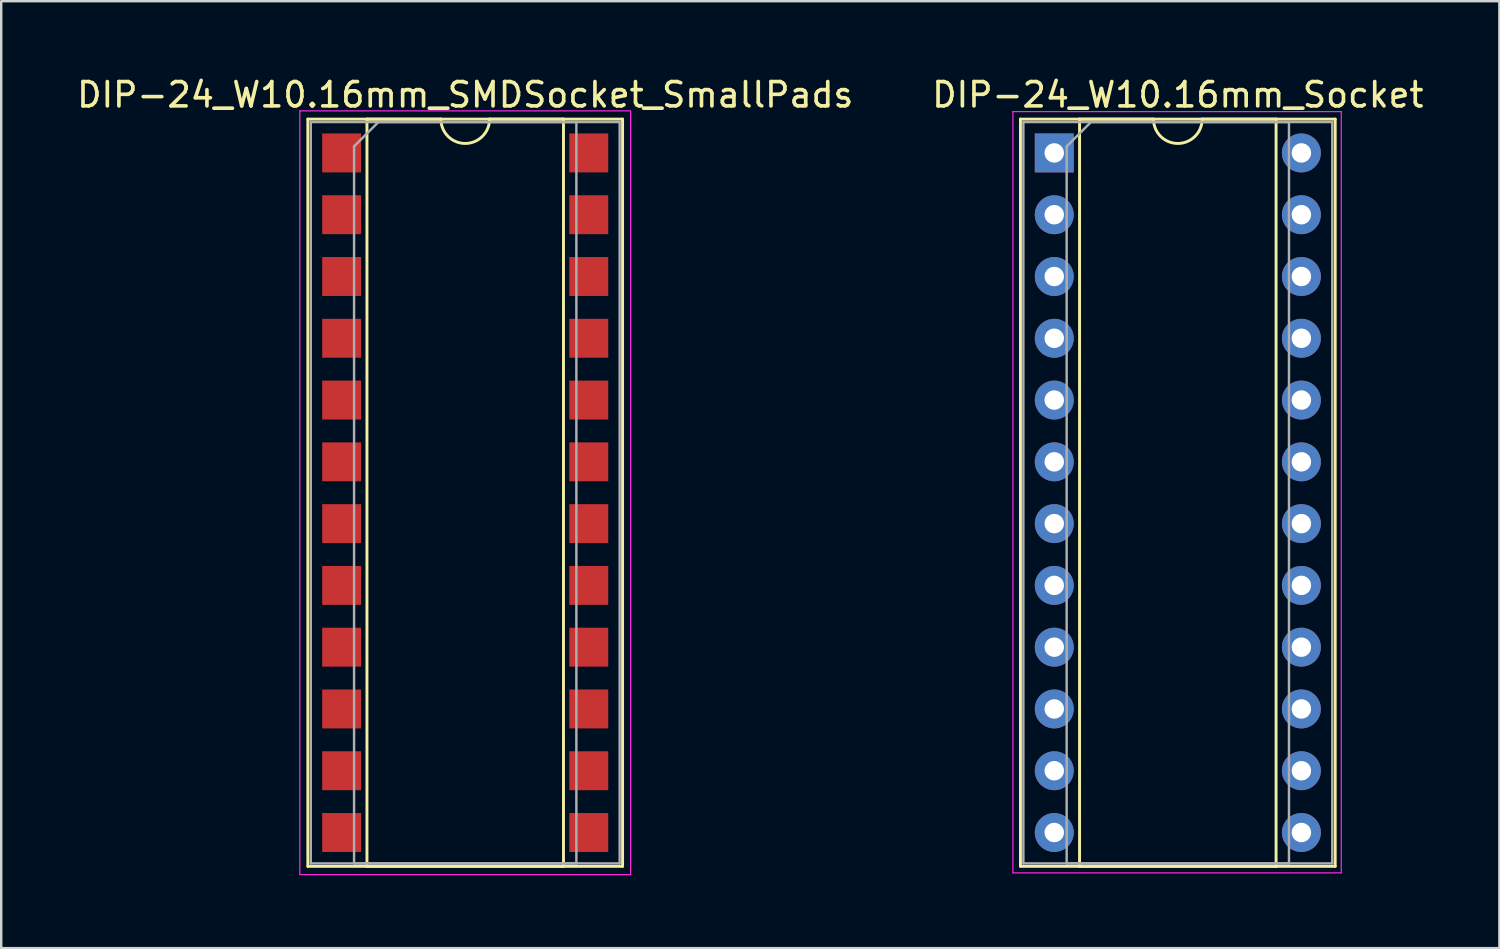
<source format=kicad_pcb>
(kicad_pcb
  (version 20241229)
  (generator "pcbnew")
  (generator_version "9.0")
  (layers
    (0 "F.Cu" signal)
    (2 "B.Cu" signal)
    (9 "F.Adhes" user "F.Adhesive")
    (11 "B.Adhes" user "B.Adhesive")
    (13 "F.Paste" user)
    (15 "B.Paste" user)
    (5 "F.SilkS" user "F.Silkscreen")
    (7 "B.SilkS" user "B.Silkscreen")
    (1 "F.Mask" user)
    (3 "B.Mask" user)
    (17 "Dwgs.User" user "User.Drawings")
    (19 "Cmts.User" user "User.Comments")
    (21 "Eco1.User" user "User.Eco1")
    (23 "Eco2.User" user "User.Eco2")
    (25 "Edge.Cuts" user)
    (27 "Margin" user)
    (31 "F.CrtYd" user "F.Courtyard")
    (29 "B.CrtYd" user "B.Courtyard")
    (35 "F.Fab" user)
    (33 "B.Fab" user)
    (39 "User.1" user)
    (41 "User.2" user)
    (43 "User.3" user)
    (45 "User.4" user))
  (footprint "DIP-24_W10.16mm_Socket"
    (layer "F.Cu")
    (at 40.295 3.238)
    (property "Reference" "DIP-24_W10.16mm_Socket" (at 5.08 -2.39 0) (layer "F.SilkS") (effects (font (size 1 1) (thickness 0.15))))
    (attr through_hole)
    (fp_line (start -1.39 -1.39) (end -1.39 29.33) (stroke (width 0.12) (type solid)) (layer "F.SilkS"))
    (fp_line (start -1.39 29.33) (end 11.55 29.33) (stroke (width 0.12) (type solid)) (layer "F.SilkS"))
    (fp_line (start 1.04 -1.39) (end 1.04 29.33) (stroke (width 0.12) (type solid)) (layer "F.SilkS"))
    (fp_line (start 1.04 29.33) (end 9.12 29.33) (stroke (width 0.12) (type solid)) (layer "F.SilkS"))
    (fp_line (start 4.08 -1.39) (end 1.04 -1.39) (stroke (width 0.12) (type solid)) (layer "F.SilkS"))
    (fp_line (start 9.12 -1.39) (end 6.08 -1.39) (stroke (width 0.12) (type solid)) (layer "F.SilkS"))
    (fp_line (start 9.12 29.33) (end 9.12 -1.39) (stroke (width 0.12) (type solid)) (layer "F.SilkS"))
    (fp_line (start 11.55 -1.39) (end -1.39 -1.39) (stroke (width 0.12) (type solid)) (layer "F.SilkS"))
    (fp_line (start 11.55 29.33) (end 11.55 -1.39) (stroke (width 0.12) (type solid)) (layer "F.SilkS"))
    (fp_arc (start 6.08 -1.39) (mid 5.08 -0.39) (end 4.08 -1.39) (stroke (width 0.12) (type solid)) (layer "F.SilkS"))
    (fp_line (start -1.7 -1.7) (end -1.7 29.6) (stroke (width 0.05) (type solid)) (layer "F.CrtYd"))
    (fp_line (start -1.7 29.6) (end 11.8 29.6) (stroke (width 0.05) (type solid)) (layer "F.CrtYd"))
    (fp_line (start 11.8 -1.7) (end -1.7 -1.7) (stroke (width 0.05) (type solid)) (layer "F.CrtYd"))
    (fp_line (start 11.8 29.6) (end 11.8 -1.7) (stroke (width 0.05) (type solid)) (layer "F.CrtYd"))
    (fp_line (start -1.27 -1.27) (end -1.27 29.21) (stroke (width 0.1) (type solid)) (layer "F.Fab"))
    (fp_line (start -1.27 29.21) (end 11.43 29.21) (stroke (width 0.1) (type solid)) (layer "F.Fab"))
    (fp_line (start 0.51 -0.27) (end 1.51 -1.27) (stroke (width 0.1) (type solid)) (layer "F.Fab"))
    (fp_line (start 0.51 29.21) (end 0.51 -0.27) (stroke (width 0.1) (type solid)) (layer "F.Fab"))
    (fp_line (start 1.51 -1.27) (end 9.65 -1.27) (stroke (width 0.1) (type solid)) (layer "F.Fab"))
    (fp_line (start 9.65 -1.27) (end 9.65 29.21) (stroke (width 0.1) (type solid)) (layer "F.Fab"))
    (fp_line (start 9.65 29.21) (end 0.51 29.21) (stroke (width 0.1) (type solid)) (layer "F.Fab"))
    (fp_line (start 11.43 -1.27) (end -1.27 -1.27) (stroke (width 0.1) (type solid)) (layer "F.Fab"))
    (fp_line (start 11.43 29.21) (end 11.43 -1.27) (stroke (width 0.1) (type solid)) (layer "F.Fab"))
    (pad "1" thru_hole rect (at 0 0) (size 1.6 1.6) (drill 0.8) (layers "*.Cu" "*.Mask"))
    (pad "2" thru_hole oval (at 0 2.54) (size 1.6 1.6) (drill 0.8) (layers "*.Cu" "*.Mask"))
    (pad "3" thru_hole oval (at 0 5.08) (size 1.6 1.6) (drill 0.8) (layers "*.Cu" "*.Mask"))
    (pad "4" thru_hole oval (at 0 7.62) (size 1.6 1.6) (drill 0.8) (layers "*.Cu" "*.Mask"))
    (pad "5" thru_hole oval (at 0 10.16) (size 1.6 1.6) (drill 0.8) (layers "*.Cu" "*.Mask"))
    (pad "6" thru_hole oval (at 0 12.7) (size 1.6 1.6) (drill 0.8) (layers "*.Cu" "*.Mask"))
    (pad "7" thru_hole oval (at 0 15.24) (size 1.6 1.6) (drill 0.8) (layers "*.Cu" "*.Mask"))
    (pad "8" thru_hole oval (at 0 17.78) (size 1.6 1.6) (drill 0.8) (layers "*.Cu" "*.Mask"))
    (pad "9" thru_hole oval (at 0 20.32) (size 1.6 1.6) (drill 0.8) (layers "*.Cu" "*.Mask"))
    (pad "10" thru_hole oval (at 0 22.86) (size 1.6 1.6) (drill 0.8) (layers "*.Cu" "*.Mask"))
    (pad "11" thru_hole oval (at 0 25.4) (size 1.6 1.6) (drill 0.8) (layers "*.Cu" "*.Mask"))
    (pad "12" thru_hole oval (at 0 27.94) (size 1.6 1.6) (drill 0.8) (layers "*.Cu" "*.Mask"))
    (pad "13" thru_hole oval (at 10.16 27.94) (size 1.6 1.6) (drill 0.8) (layers "*.Cu" "*.Mask"))
    (pad "14" thru_hole oval (at 10.16 25.4) (size 1.6 1.6) (drill 0.8) (layers "*.Cu" "*.Mask"))
    (pad "15" thru_hole oval (at 10.16 22.86) (size 1.6 1.6) (drill 0.8) (layers "*.Cu" "*.Mask"))
    (pad "16" thru_hole oval (at 10.16 20.32) (size 1.6 1.6) (drill 0.8) (layers "*.Cu" "*.Mask"))
    (pad "17" thru_hole oval (at 10.16 17.78) (size 1.6 1.6) (drill 0.8) (layers "*.Cu" "*.Mask"))
    (pad "18" thru_hole oval (at 10.16 15.24) (size 1.6 1.6) (drill 0.8) (layers "*.Cu" "*.Mask"))
    (pad "19" thru_hole oval (at 10.16 12.7) (size 1.6 1.6) (drill 0.8) (layers "*.Cu" "*.Mask"))
    (pad "20" thru_hole oval (at 10.16 10.16) (size 1.6 1.6) (drill 0.8) (layers "*.Cu" "*.Mask"))
    (pad "21" thru_hole oval (at 10.16 7.62) (size 1.6 1.6) (drill 0.8) (layers "*.Cu" "*.Mask"))
    (pad "22" thru_hole oval (at 10.16 5.08) (size 1.6 1.6) (drill 0.8) (layers "*.Cu" "*.Mask"))
    (pad "23" thru_hole oval (at 10.16 2.54) (size 1.6 1.6) (drill 0.8) (layers "*.Cu" "*.Mask"))
    (pad "24" thru_hole oval (at 10.16 0) (size 1.6 1.6) (drill 0.8) (layers "*.Cu" "*.Mask")))
  (footprint "DIP-24_W10.16mm_SMDSocket_SmallPads"
    (layer "F.Cu")
    (at 16.077 17.208)
    (property "Reference" "DIP-24_W10.16mm_SMDSocket_SmallPads" (at 0 -16.36 0) (layer "F.SilkS") (effects (font (size 1 1) (thickness 0.15))))
    (attr smd)
    (fp_line (start -6.47 -15.36) (end -6.47 15.36) (stroke (width 0.12) (type solid)) (layer "F.SilkS"))
    (fp_line (start -6.47 15.36) (end 6.47 15.36) (stroke (width 0.12) (type solid)) (layer "F.SilkS"))
    (fp_line (start -4.04 -15.36) (end -4.04 15.36) (stroke (width 0.12) (type solid)) (layer "F.SilkS"))
    (fp_line (start -4.04 15.36) (end 4.04 15.36) (stroke (width 0.12) (type solid)) (layer "F.SilkS"))
    (fp_line (start -1 -15.36) (end -4.04 -15.36) (stroke (width 0.12) (type solid)) (layer "F.SilkS"))
    (fp_line (start 4.04 -15.36) (end 1 -15.36) (stroke (width 0.12) (type solid)) (layer "F.SilkS"))
    (fp_line (start 4.04 15.36) (end 4.04 -15.36) (stroke (width 0.12) (type solid)) (layer "F.SilkS"))
    (fp_line (start 6.47 -15.36) (end -6.47 -15.36) (stroke (width 0.12) (type solid)) (layer "F.SilkS"))
    (fp_line (start 6.47 15.36) (end 6.47 -15.36) (stroke (width 0.12) (type solid)) (layer "F.SilkS"))
    (fp_arc (start 1 -15.36) (mid 0 -14.36) (end -1 -15.36) (stroke (width 0.12) (type solid)) (layer "F.SilkS"))
    (fp_line (start -6.8 -15.7) (end -6.8 15.7) (stroke (width 0.05) (type solid)) (layer "F.CrtYd"))
    (fp_line (start -6.8 15.7) (end 6.8 15.7) (stroke (width 0.05) (type solid)) (layer "F.CrtYd"))
    (fp_line (start 6.8 -15.7) (end -6.8 -15.7) (stroke (width 0.05) (type solid)) (layer "F.CrtYd"))
    (fp_line (start 6.8 15.7) (end 6.8 -15.7) (stroke (width 0.05) (type solid)) (layer "F.CrtYd"))
    (fp_line (start -6.35 -15.24) (end -6.35 15.24) (stroke (width 0.1) (type solid)) (layer "F.Fab"))
    (fp_line (start -6.35 15.24) (end 6.35 15.24) (stroke (width 0.1) (type solid)) (layer "F.Fab"))
    (fp_line (start -4.57 -14.24) (end -3.57 -15.24) (stroke (width 0.1) (type solid)) (layer "F.Fab"))
    (fp_line (start -4.57 15.24) (end -4.57 -14.24) (stroke (width 0.1) (type solid)) (layer "F.Fab"))
    (fp_line (start -3.57 -15.24) (end 4.57 -15.24) (stroke (width 0.1) (type solid)) (layer "F.Fab"))
    (fp_line (start 4.57 -15.24) (end 4.57 15.24) (stroke (width 0.1) (type solid)) (layer "F.Fab"))
    (fp_line (start 4.57 15.24) (end -4.57 15.24) (stroke (width 0.1) (type solid)) (layer "F.Fab"))
    (fp_line (start 6.35 -15.24) (end -6.35 -15.24) (stroke (width 0.1) (type solid)) (layer "F.Fab"))
    (fp_line (start 6.35 15.24) (end 6.35 -15.24) (stroke (width 0.1) (type solid)) (layer "F.Fab"))
    (pad "1" smd rect (at -5.08 -13.97) (size 1.6 1.6) (layers "F.Cu" "F.Mask"))
    (pad "2" smd rect (at -5.08 -11.43) (size 1.6 1.6) (layers "F.Cu" "F.Mask"))
    (pad "3" smd rect (at -5.08 -8.89) (size 1.6 1.6) (layers "F.Cu" "F.Mask"))
    (pad "4" smd rect (at -5.08 -6.35) (size 1.6 1.6) (layers "F.Cu" "F.Mask"))
    (pad "5" smd rect (at -5.08 -3.81) (size 1.6 1.6) (layers "F.Cu" "F.Mask"))
    (pad "6" smd rect (at -5.08 -1.27) (size 1.6 1.6) (layers "F.Cu" "F.Mask"))
    (pad "7" smd rect (at -5.08 1.27) (size 1.6 1.6) (layers "F.Cu" "F.Mask"))
    (pad "8" smd rect (at -5.08 3.81) (size 1.6 1.6) (layers "F.Cu" "F.Mask"))
    (pad "9" smd rect (at -5.08 6.35) (size 1.6 1.6) (layers "F.Cu" "F.Mask"))
    (pad "10" smd rect (at -5.08 8.89) (size 1.6 1.6) (layers "F.Cu" "F.Mask"))
    (pad "11" smd rect (at -5.08 11.43) (size 1.6 1.6) (layers "F.Cu" "F.Mask"))
    (pad "12" smd rect (at -5.08 13.97) (size 1.6 1.6) (layers "F.Cu" "F.Mask"))
    (pad "13" smd rect (at 5.08 13.97) (size 1.6 1.6) (layers "F.Cu" "F.Mask"))
    (pad "14" smd rect (at 5.08 11.43) (size 1.6 1.6) (layers "F.Cu" "F.Mask"))
    (pad "15" smd rect (at 5.08 8.89) (size 1.6 1.6) (layers "F.Cu" "F.Mask"))
    (pad "16" smd rect (at 5.08 6.35) (size 1.6 1.6) (layers "F.Cu" "F.Mask"))
    (pad "17" smd rect (at 5.08 3.81) (size 1.6 1.6) (layers "F.Cu" "F.Mask"))
    (pad "18" smd rect (at 5.08 1.27) (size 1.6 1.6) (layers "F.Cu" "F.Mask"))
    (pad "19" smd rect (at 5.08 -1.27) (size 1.6 1.6) (layers "F.Cu" "F.Mask"))
    (pad "20" smd rect (at 5.08 -3.81) (size 1.6 1.6) (layers "F.Cu" "F.Mask"))
    (pad "21" smd rect (at 5.08 -6.35) (size 1.6 1.6) (layers "F.Cu" "F.Mask"))
    (pad "22" smd rect (at 5.08 -8.89) (size 1.6 1.6) (layers "F.Cu" "F.Mask"))
    (pad "23" smd rect (at 5.08 -11.43) (size 1.6 1.6) (layers "F.Cu" "F.Mask"))
    (pad "24" smd rect (at 5.08 -13.97) (size 1.6 1.6) (layers "F.Cu" "F.Mask")))
  (gr_rect
    (start -3 -3)
    (end 58.595 35.933)
    (stroke (width 0.1) (type default))
    (fill no)
    (layer "Edge.Cuts")))
</source>
